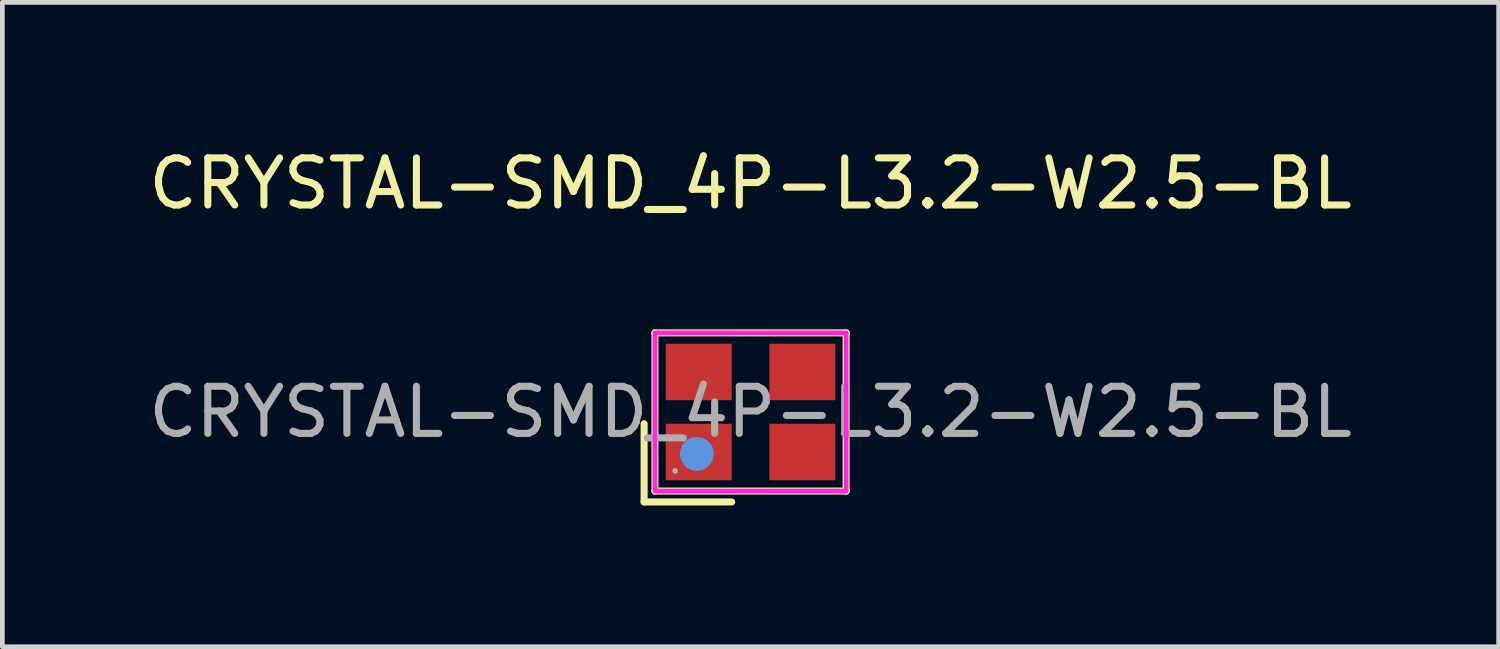
<source format=kicad_pcb>
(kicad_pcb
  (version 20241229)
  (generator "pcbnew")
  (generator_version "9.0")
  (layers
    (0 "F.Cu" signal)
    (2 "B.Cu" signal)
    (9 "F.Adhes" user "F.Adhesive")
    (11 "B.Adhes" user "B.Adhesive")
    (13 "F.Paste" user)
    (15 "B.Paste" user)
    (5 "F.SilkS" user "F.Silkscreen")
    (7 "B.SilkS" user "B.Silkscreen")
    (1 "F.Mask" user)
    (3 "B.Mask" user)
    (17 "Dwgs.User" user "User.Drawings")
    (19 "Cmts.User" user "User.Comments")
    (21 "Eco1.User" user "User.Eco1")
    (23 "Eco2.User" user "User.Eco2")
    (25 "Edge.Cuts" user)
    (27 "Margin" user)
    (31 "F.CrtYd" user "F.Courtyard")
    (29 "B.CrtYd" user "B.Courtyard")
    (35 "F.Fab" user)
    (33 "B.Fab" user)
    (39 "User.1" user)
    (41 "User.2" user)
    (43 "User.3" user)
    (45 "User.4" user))
  (footprint "CRYSTAL-SMD_4P-L3.2-W2.5-BL"
    (layer "F.Cu")
    (at 12.887 5.698)
    (property "Reference" "CRYSTAL-SMD_4P-L3.2-W2.5-BL" (at 0 -4.85 0) (layer "F.SilkS") (effects (font (size 1 1) (thickness 0.15))))
    (attr smd)
    (fp_line (start -2.26 0.25) (end -2.26 1.91) (stroke (width 0.15) (type solid)) (layer "F.SilkS"))
    (fp_line (start -2.26 1.91) (end -0.4 1.91) (stroke (width 0.15) (type solid)) (layer "F.SilkS"))
    (fp_line (start -2.03 -1.68) (end 2.03 -1.68) (stroke (width 0.15) (type solid)) (layer "F.SilkS"))
    (fp_line (start -2.03 1.68) (end -2.03 -1.68) (stroke (width 0.15) (type solid)) (layer "F.SilkS"))
    (fp_line (start 2.03 -1.68) (end 2.03 1.68) (stroke (width 0.15) (type solid)) (layer "F.SilkS"))
    (fp_line (start 2.03 1.68) (end -2.03 1.68) (stroke (width 0.15) (type solid)) (layer "F.SilkS"))
    (fp_circle (center -1.14 0.89) (end -0.96 0.89) (stroke (width 0.36) (type solid)) (fill no) (layer "Cmts.User"))
    (fp_poly (pts (xy 2.03 -1.68) (xy -2.03 -1.68) (xy -2.03 1.68) (xy 2.03 1.68)) (stroke (width 0.1) (type solid)) (fill no) (layer "F.CrtYd"))
    (fp_circle (center -1.6 1.25) (end -1.57 1.25) (stroke (width 0.06) (type solid)) (fill no) (layer "F.Fab"))
    (fp_text user "${REFERENCE}" (at 0 0 0) (layer "F.Fab") (effects (font (size 1 1) (thickness 0.15))))
    (pad "1" smd rect (at -1.1 0.85) (size 1.4 1.2) (layers "F.Cu" "F.Mask" "F.Paste"))
    (pad "2" smd rect (at 1.1 0.85) (size 1.4 1.2) (layers "F.Cu" "F.Mask" "F.Paste"))
    (pad "3" smd rect (at 1.1 -0.85) (size 1.4 1.2) (layers "F.Cu" "F.Mask" "F.Paste"))
    (pad "4" smd rect (at -1.1 -0.85) (size 1.4 1.2) (layers "F.Cu" "F.Mask" "F.Paste")))
  (gr_rect
    (start -3 -3)
    (end 28.774 10.683)
    (stroke (width 0.1) (type default))
    (fill no)
    (layer "Edge.Cuts")))
</source>
